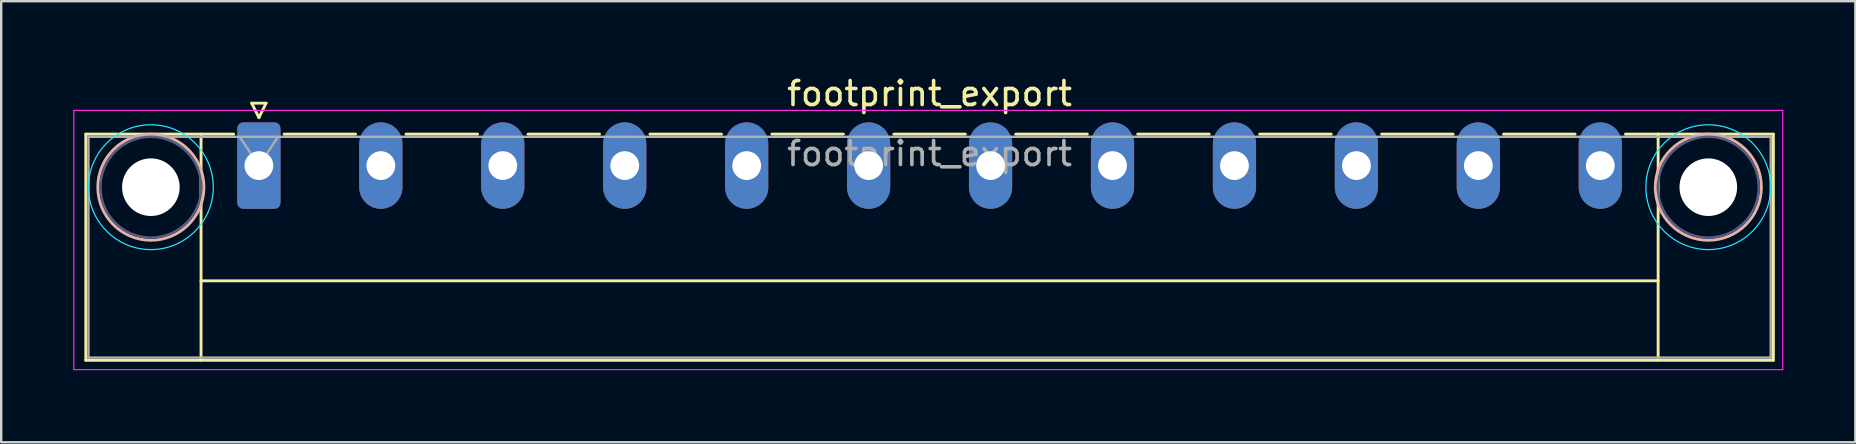
<source format=kicad_pcb>
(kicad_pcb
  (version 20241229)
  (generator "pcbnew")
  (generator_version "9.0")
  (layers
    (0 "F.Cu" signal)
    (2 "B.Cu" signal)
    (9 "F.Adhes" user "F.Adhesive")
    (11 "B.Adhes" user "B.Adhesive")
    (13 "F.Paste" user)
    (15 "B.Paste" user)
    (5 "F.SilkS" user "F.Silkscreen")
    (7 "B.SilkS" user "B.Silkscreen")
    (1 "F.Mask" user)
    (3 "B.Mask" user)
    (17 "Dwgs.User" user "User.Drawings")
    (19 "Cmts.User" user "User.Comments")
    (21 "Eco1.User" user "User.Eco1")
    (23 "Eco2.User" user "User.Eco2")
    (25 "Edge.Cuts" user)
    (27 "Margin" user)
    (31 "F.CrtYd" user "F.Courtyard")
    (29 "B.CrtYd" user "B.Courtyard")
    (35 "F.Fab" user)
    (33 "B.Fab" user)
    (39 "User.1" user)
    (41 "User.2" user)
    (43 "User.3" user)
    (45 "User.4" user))
  (footprint "footprint_export"
    (layer "F.Cu")
    (at 7.735 3.848)
    (property "Reference" "footprint_export" (at 27.94 -3 0) (layer "F.SilkS") (effects (font (size 1 1) (thickness 0.15))))
    (attr through_hole)
    (fp_line (start -7.21 -1.31) (end -7.21 8.11) (stroke (width 0.12) (type solid)) (layer "F.SilkS"))
    (fp_line (start -7.21 -1.31) (end -1.05 -1.31) (stroke (width 0.12) (type solid)) (layer "F.SilkS"))
    (fp_line (start -7.21 8.11) (end 63.09 8.11) (stroke (width 0.12) (type solid)) (layer "F.SilkS"))
    (fp_line (start -2.41 -1.31) (end -2.41 8.11) (stroke (width 0.12) (type solid)) (layer "F.SilkS"))
    (fp_line (start -2.41 4.8) (end 58.29 4.8) (stroke (width 0.12) (type solid)) (layer "F.SilkS"))
    (fp_line (start -0.3 -2.6) (end 0.3 -2.6) (stroke (width 0.12) (type solid)) (layer "F.SilkS"))
    (fp_line (start 0 -2) (end -0.3 -2.6) (stroke (width 0.12) (type solid)) (layer "F.SilkS"))
    (fp_line (start 0.3 -2.6) (end 0 -2) (stroke (width 0.12) (type solid)) (layer "F.SilkS"))
    (fp_line (start 1.05 -1.31) (end 4.03 -1.31) (stroke (width 0.12) (type solid)) (layer "F.SilkS"))
    (fp_line (start 6.13 -1.31) (end 9.11 -1.31) (stroke (width 0.12) (type solid)) (layer "F.SilkS"))
    (fp_line (start 11.21 -1.31) (end 14.19 -1.31) (stroke (width 0.12) (type solid)) (layer "F.SilkS"))
    (fp_line (start 16.29 -1.31) (end 19.27 -1.31) (stroke (width 0.12) (type solid)) (layer "F.SilkS"))
    (fp_line (start 21.37 -1.31) (end 24.35 -1.31) (stroke (width 0.12) (type solid)) (layer "F.SilkS"))
    (fp_line (start 26.45 -1.31) (end 29.43 -1.31) (stroke (width 0.12) (type solid)) (layer "F.SilkS"))
    (fp_line (start 31.53 -1.31) (end 34.51 -1.31) (stroke (width 0.12) (type solid)) (layer "F.SilkS"))
    (fp_line (start 36.61 -1.31) (end 39.59 -1.31) (stroke (width 0.12) (type solid)) (layer "F.SilkS"))
    (fp_line (start 41.69 -1.31) (end 44.67 -1.31) (stroke (width 0.12) (type solid)) (layer "F.SilkS"))
    (fp_line (start 46.77 -1.31) (end 49.75 -1.31) (stroke (width 0.12) (type solid)) (layer "F.SilkS"))
    (fp_line (start 51.85 -1.31) (end 54.83 -1.31) (stroke (width 0.12) (type solid)) (layer "F.SilkS"))
    (fp_line (start 58.29 -1.31) (end 58.29 8.11) (stroke (width 0.12) (type solid)) (layer "F.SilkS"))
    (fp_line (start 63.09 -1.31) (end 56.93 -1.31) (stroke (width 0.12) (type solid)) (layer "F.SilkS"))
    (fp_line (start 63.09 8.11) (end 63.09 -1.31) (stroke (width 0.12) (type solid)) (layer "F.SilkS"))
    (fp_circle (center -4.5 0.9) (end -2.29 0.9) (stroke (width 0.12) (type solid)) (fill no) (layer "B.SilkS"))
    (fp_circle (center 60.38 0.9) (end 62.59 0.9) (stroke (width 0.12) (type solid)) (fill no) (layer "B.SilkS"))
    (fp_circle (center -4.5 0.9) (end -1.9 0.9) (stroke (width 0.05) (type solid)) (fill no) (layer "B.CrtYd"))
    (fp_circle (center 60.38 0.9) (end 62.98 0.9) (stroke (width 0.05) (type solid)) (fill no) (layer "B.CrtYd"))
    (fp_line (start -7.71 -2.3) (end -7.71 8.5) (stroke (width 0.05) (type solid)) (layer "F.CrtYd"))
    (fp_line (start -7.71 8.5) (end 63.48 8.5) (stroke (width 0.05) (type solid)) (layer "F.CrtYd"))
    (fp_line (start 63.48 -2.3) (end -7.71 -2.3) (stroke (width 0.05) (type solid)) (layer "F.CrtYd"))
    (fp_line (start 63.48 8.5) (end 63.48 -2.3) (stroke (width 0.05) (type solid)) (layer "F.CrtYd"))
    (fp_circle (center -4.5 0.9) (end -2.4 0.9) (stroke (width 0.1) (type solid)) (fill no) (layer "B.Fab"))
    (fp_circle (center 60.38 0.9) (end 62.48 0.9) (stroke (width 0.1) (type solid)) (fill no) (layer "B.Fab"))
    (fp_line (start -7.1 -1.2) (end -7.1 8) (stroke (width 0.1) (type solid)) (layer "F.Fab"))
    (fp_line (start -7.1 8) (end 62.98 8) (stroke (width 0.1) (type solid)) (layer "F.Fab"))
    (fp_line (start 0 0) (end -0.8 -1.2) (stroke (width 0.1) (type solid)) (layer "F.Fab"))
    (fp_line (start 0.8 -1.2) (end 0 0) (stroke (width 0.1) (type solid)) (layer "F.Fab"))
    (fp_line (start 62.98 -1.2) (end -7.1 -1.2) (stroke (width 0.1) (type solid)) (layer "F.Fab"))
    (fp_line (start 62.98 8) (end 62.98 -1.2) (stroke (width 0.1) (type solid)) (layer "F.Fab"))
    (fp_text user "${REFERENCE}" (at 27.94 -0.5 0) (layer "F.Fab") (effects (font (size 1 1) (thickness 0.15))))
    (pad "" np_thru_hole circle (at -4.5 0.9) (size 2.4 2.4) (drill 2.4) (layers "*.Cu" "*.Mask"))
    (pad "" np_thru_hole circle (at 60.38 0.9) (size 2.4 2.4) (drill 2.4) (layers "*.Cu" "*.Mask"))
    (pad "1" thru_hole roundrect (at 0 0) (size 1.8 3.6) (drill 1.2) (layers "*.Cu" "*.Mask") (roundrect_rratio 0.139))
    (pad "2" thru_hole oval (at 5.08 0) (size 1.8 3.6) (drill 1.2) (layers "*.Cu" "*.Mask"))
    (pad "3" thru_hole oval (at 10.16 0) (size 1.8 3.6) (drill 1.2) (layers "*.Cu" "*.Mask"))
    (pad "4" thru_hole oval (at 15.24 0) (size 1.8 3.6) (drill 1.2) (layers "*.Cu" "*.Mask"))
    (pad "5" thru_hole oval (at 20.32 0) (size 1.8 3.6) (drill 1.2) (layers "*.Cu" "*.Mask"))
    (pad "6" thru_hole oval (at 25.4 0) (size 1.8 3.6) (drill 1.2) (layers "*.Cu" "*.Mask"))
    (pad "7" thru_hole oval (at 30.48 0) (size 1.8 3.6) (drill 1.2) (layers "*.Cu" "*.Mask"))
    (pad "8" thru_hole oval (at 35.56 0) (size 1.8 3.6) (drill 1.2) (layers "*.Cu" "*.Mask"))
    (pad "9" thru_hole oval (at 40.64 0) (size 1.8 3.6) (drill 1.2) (layers "*.Cu" "*.Mask"))
    (pad "10" thru_hole oval (at 45.72 0) (size 1.8 3.6) (drill 1.2) (layers "*.Cu" "*.Mask"))
    (pad "11" thru_hole oval (at 50.8 0) (size 1.8 3.6) (drill 1.2) (layers "*.Cu" "*.Mask"))
    (pad "12" thru_hole oval (at 55.88 0) (size 1.8 3.6) (drill 1.2) (layers "*.Cu" "*.Mask")))
  (gr_rect
    (start -3 -3)
    (end 74.24 15.373)
    (stroke (width 0.1) (type default))
    (fill no)
    (layer "Edge.Cuts")))
</source>
